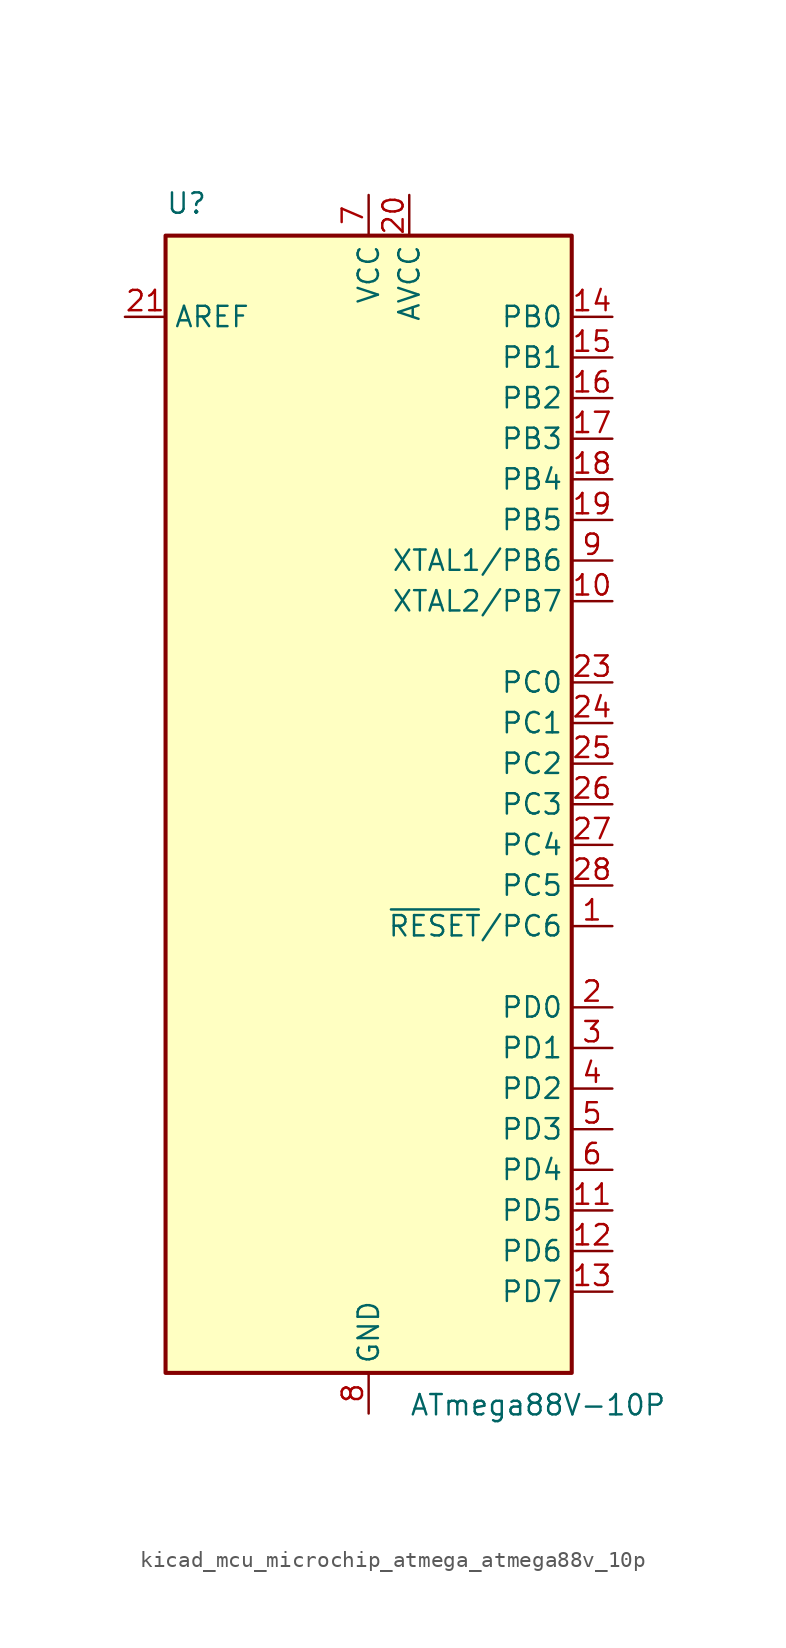
<source format=kicad_sym>
(kicad_symbol_lib
  (version 20220914)
  (generator kicad_symbol_editor)
  (symbol "kicad_mcu_microchip_atmega_atmega88v_10p"
    (property "Reference" "U"
      (at -12.7 36.83 0)
      (effects (font (size 1.27 1.27)) (justify left bottom)))
    (property "Value" "ATmega88V-10P"
      (at 2.54 -36.83 0)
      (effects (font (size 1.27 1.27)) (justify left top)))
    (symbol "kicad_mcu_microchip_atmega_atmega88v_10p_0_1"
      (rectangle (start -12.7 -35.56) (end 12.7 35.56) (stroke (width 0.254) (type default)) (fill (type background))))
    (symbol "kicad_mcu_microchip_atmega_atmega88v_10p_1_1"
      (pin bidirectional line (at 15.24 -7.62 180) (length 2.54) (name "~{RESET}/PC6" (effects (font (size 1.27 1.27)))) (number "1" (effects (font (size 1.27 1.27)))))
      (pin bidirectional line (at 15.24 12.7 180) (length 2.54) (name "XTAL2/PB7" (effects (font (size 1.27 1.27)))) (number "10" (effects (font (size 1.27 1.27)))))
      (pin bidirectional line (at 15.24 -25.4 180) (length 2.54) (name "PD5" (effects (font (size 1.27 1.27)))) (number "11" (effects (font (size 1.27 1.27)))))
      (pin bidirectional line (at 15.24 -27.94 180) (length 2.54) (name "PD6" (effects (font (size 1.27 1.27)))) (number "12" (effects (font (size 1.27 1.27)))))
      (pin bidirectional line (at 15.24 -30.48 180) (length 2.54) (name "PD7" (effects (font (size 1.27 1.27)))) (number "13" (effects (font (size 1.27 1.27)))))
      (pin bidirectional line (at 15.24 30.48 180) (length 2.54) (name "PB0" (effects (font (size 1.27 1.27)))) (number "14" (effects (font (size 1.27 1.27)))))
      (pin bidirectional line (at 15.24 27.94 180) (length 2.54) (name "PB1" (effects (font (size 1.27 1.27)))) (number "15" (effects (font (size 1.27 1.27)))))
      (pin bidirectional line (at 15.24 25.4 180) (length 2.54) (name "PB2" (effects (font (size 1.27 1.27)))) (number "16" (effects (font (size 1.27 1.27)))))
      (pin bidirectional line (at 15.24 22.86 180) (length 2.54) (name "PB3" (effects (font (size 1.27 1.27)))) (number "17" (effects (font (size 1.27 1.27)))))
      (pin bidirectional line (at 15.24 20.32 180) (length 2.54) (name "PB4" (effects (font (size 1.27 1.27)))) (number "18" (effects (font (size 1.27 1.27)))))
      (pin bidirectional line (at 15.24 17.78 180) (length 2.54) (name "PB5" (effects (font (size 1.27 1.27)))) (number "19" (effects (font (size 1.27 1.27)))))
      (pin bidirectional line (at 15.24 -12.7 180) (length 2.54) (name "PD0" (effects (font (size 1.27 1.27)))) (number "2" (effects (font (size 1.27 1.27)))))
      (pin power_in line (at 2.54 38.1 270) (length 2.54) (name "AVCC" (effects (font (size 1.27 1.27)))) (number "20" (effects (font (size 1.27 1.27)))))
      (pin passive line (at -15.24 30.48 0) (length 2.54) (name "AREF" (effects (font (size 1.27 1.27)))) (number "21" (effects (font (size 1.27 1.27)))))
      (pin passive line (at 0 -38.1 90) (length 2.54) hide (name "GND" (effects (font (size 1.27 1.27)))) (number "22" (effects (font (size 1.27 1.27)))))
      (pin bidirectional line (at 15.24 7.62 180) (length 2.54) (name "PC0" (effects (font (size 1.27 1.27)))) (number "23" (effects (font (size 1.27 1.27)))))
      (pin bidirectional line (at 15.24 5.08 180) (length 2.54) (name "PC1" (effects (font (size 1.27 1.27)))) (number "24" (effects (font (size 1.27 1.27)))))
      (pin bidirectional line (at 15.24 2.54 180) (length 2.54) (name "PC2" (effects (font (size 1.27 1.27)))) (number "25" (effects (font (size 1.27 1.27)))))
      (pin bidirectional line (at 15.24 0 180) (length 2.54) (name "PC3" (effects (font (size 1.27 1.27)))) (number "26" (effects (font (size 1.27 1.27)))))
      (pin bidirectional line (at 15.24 -2.54 180) (length 2.54) (name "PC4" (effects (font (size 1.27 1.27)))) (number "27" (effects (font (size 1.27 1.27)))))
      (pin bidirectional line (at 15.24 -5.08 180) (length 2.54) (name "PC5" (effects (font (size 1.27 1.27)))) (number "28" (effects (font (size 1.27 1.27)))))
      (pin bidirectional line (at 15.24 -15.24 180) (length 2.54) (name "PD1" (effects (font (size 1.27 1.27)))) (number "3" (effects (font (size 1.27 1.27)))))
      (pin bidirectional line (at 15.24 -17.78 180) (length 2.54) (name "PD2" (effects (font (size 1.27 1.27)))) (number "4" (effects (font (size 1.27 1.27)))))
      (pin bidirectional line (at 15.24 -20.32 180) (length 2.54) (name "PD3" (effects (font (size 1.27 1.27)))) (number "5" (effects (font (size 1.27 1.27)))))
      (pin bidirectional line (at 15.24 -22.86 180) (length 2.54) (name "PD4" (effects (font (size 1.27 1.27)))) (number "6" (effects (font (size 1.27 1.27)))))
      (pin power_in line (at 0 38.1 270) (length 2.54) (name "VCC" (effects (font (size 1.27 1.27)))) (number "7" (effects (font (size 1.27 1.27)))))
      (pin power_in line (at 0 -38.1 90) (length 2.54) (name "GND" (effects (font (size 1.27 1.27)))) (number "8" (effects (font (size 1.27 1.27)))))
      (pin bidirectional line (at 15.24 15.24 180) (length 2.54) (name "XTAL1/PB6" (effects (font (size 1.27 1.27)))) (number "9" (effects (font (size 1.27 1.27))))))))
</source>
